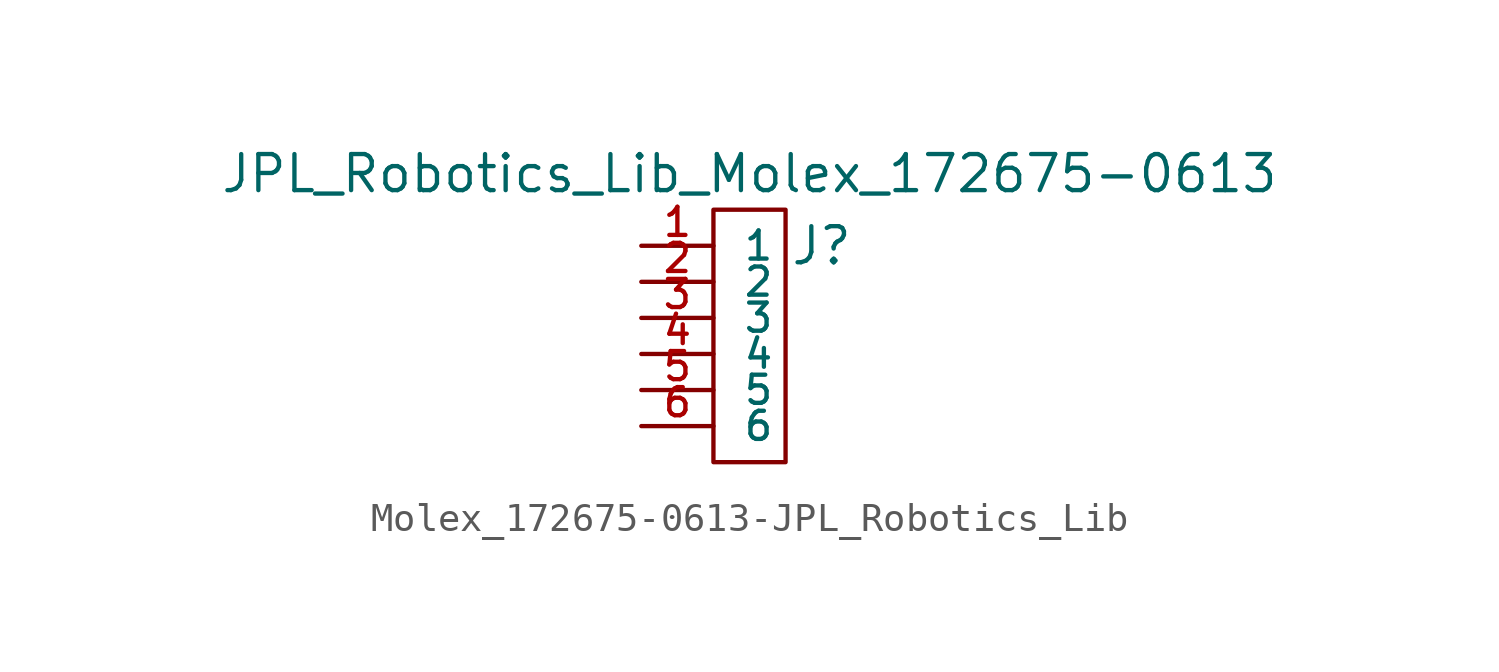
<source format=kicad_sym>
(kicad_symbol_lib
  (version 20231120)
  (generator "kicad_symbol_editor")
  (generator_version "8.0")
  (symbol "Molex_172675-0613-JPL_Robotics_Lib"
    (pin_names
      (offset 1.016))
    (property "Reference" "J"
      (at 3.81 7.62 0)
      (effects (font (size 1.27 1.27))))
    (property "Value" "JPL_Robotics_Lib_Molex_172675-0613"
      (at 1.27 10.16 0)
      (effects (font (size 1.27 1.27))))
    (symbol "Molex_172675-0613-JPL_Robotics_Lib_0_1"
      (rectangle (start 0 8.89) (end 2.54 0) (stroke (width 0) (type solid)) (fill (type none))))
    (symbol "Molex_172675-0613-JPL_Robotics_Lib_1_1"
      (pin passive line (at -2.54 7.62 0) (length 2.54) (name "1" (effects (font (size 0.991 0.991)))) (number "1" (effects (font (size 0.991 0.991)))))
      (pin passive line (at -2.54 6.35 0) (length 2.54) (name "2" (effects (font (size 0.991 0.991)))) (number "2" (effects (font (size 0.991 0.991)))))
      (pin passive line (at -2.54 5.08 0) (length 2.54) (name "3" (effects (font (size 0.991 0.991)))) (number "3" (effects (font (size 0.991 0.991)))))
      (pin passive line (at -2.54 3.81 0) (length 2.54) (name "4" (effects (font (size 0.991 0.991)))) (number "4" (effects (font (size 0.991 0.991)))))
      (pin passive line (at -2.54 2.54 0) (length 2.54) (name "5" (effects (font (size 0.991 0.991)))) (number "5" (effects (font (size 0.991 0.991)))))
      (pin passive line (at -2.54 1.27 0) (length 2.54) (name "6" (effects (font (size 0.991 0.991)))) (number "6" (effects (font (size 0.991 0.991))))))))
</source>
